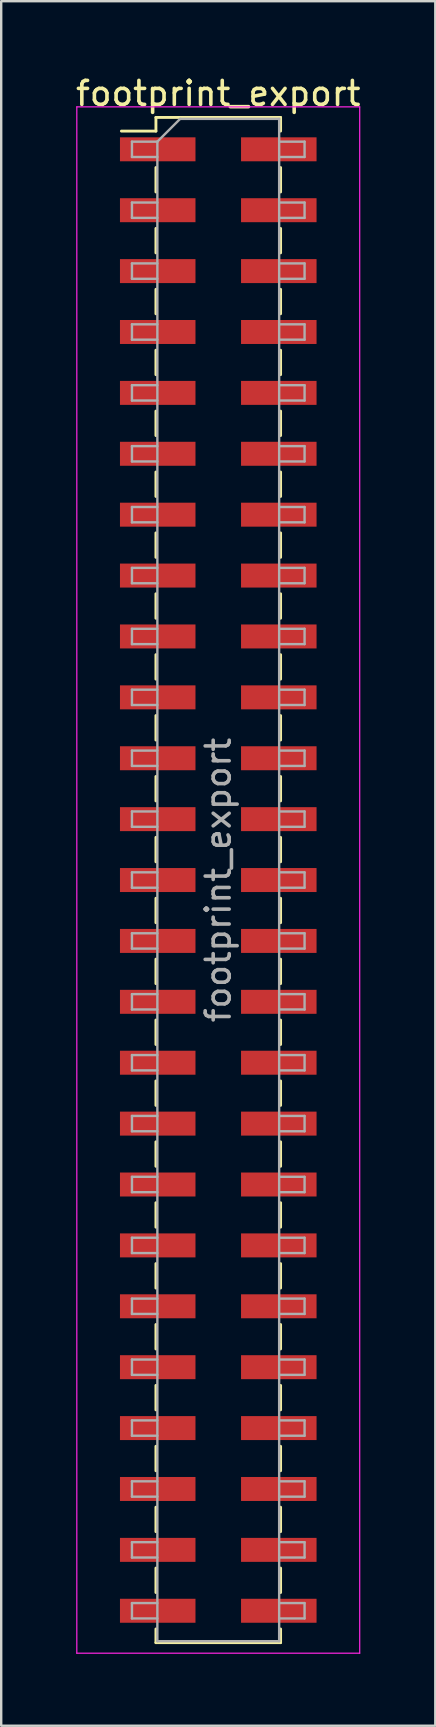
<source format=kicad_pcb>
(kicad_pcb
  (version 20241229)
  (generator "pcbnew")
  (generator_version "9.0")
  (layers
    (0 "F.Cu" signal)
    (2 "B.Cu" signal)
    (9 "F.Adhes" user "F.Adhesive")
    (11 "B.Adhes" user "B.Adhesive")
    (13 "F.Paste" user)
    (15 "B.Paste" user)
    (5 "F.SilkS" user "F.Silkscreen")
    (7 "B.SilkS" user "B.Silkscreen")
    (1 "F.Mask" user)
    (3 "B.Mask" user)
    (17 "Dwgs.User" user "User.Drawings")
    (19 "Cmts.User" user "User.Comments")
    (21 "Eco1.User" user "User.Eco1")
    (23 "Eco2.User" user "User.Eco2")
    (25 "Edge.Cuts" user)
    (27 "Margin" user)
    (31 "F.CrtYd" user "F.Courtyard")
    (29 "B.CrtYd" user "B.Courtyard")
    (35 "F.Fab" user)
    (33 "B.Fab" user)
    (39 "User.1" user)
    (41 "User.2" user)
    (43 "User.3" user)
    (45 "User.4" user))
  (footprint "footprint_export"
    (layer "F.Cu")
    (at 6.054 33.658)
    (property "Reference" "footprint_export" (at 0 -32.81 0) (layer "F.SilkS") (effects (font (size 1 1) (thickness 0.15))))
    (attr smd)
    (fp_line (start -4.04 -31.24) (end -2.6 -31.24) (stroke (width 0.12) (type solid)) (layer "F.SilkS"))
    (fp_line (start -2.6 -31.81) (end -2.6 -31.24) (stroke (width 0.12) (type solid)) (layer "F.SilkS"))
    (fp_line (start -2.6 -31.81) (end 2.6 -31.81) (stroke (width 0.12) (type solid)) (layer "F.SilkS"))
    (fp_line (start -2.6 -29.72) (end -2.6 -28.7) (stroke (width 0.12) (type solid)) (layer "F.SilkS"))
    (fp_line (start -2.6 -27.18) (end -2.6 -26.16) (stroke (width 0.12) (type solid)) (layer "F.SilkS"))
    (fp_line (start -2.6 -24.64) (end -2.6 -23.62) (stroke (width 0.12) (type solid)) (layer "F.SilkS"))
    (fp_line (start -2.6 -22.1) (end -2.6 -21.08) (stroke (width 0.12) (type solid)) (layer "F.SilkS"))
    (fp_line (start -2.6 -19.56) (end -2.6 -18.54) (stroke (width 0.12) (type solid)) (layer "F.SilkS"))
    (fp_line (start -2.6 -17.02) (end -2.6 -16) (stroke (width 0.12) (type solid)) (layer "F.SilkS"))
    (fp_line (start -2.6 -14.48) (end -2.6 -13.46) (stroke (width 0.12) (type solid)) (layer "F.SilkS"))
    (fp_line (start -2.6 -11.94) (end -2.6 -10.92) (stroke (width 0.12) (type solid)) (layer "F.SilkS"))
    (fp_line (start -2.6 -9.4) (end -2.6 -8.38) (stroke (width 0.12) (type solid)) (layer "F.SilkS"))
    (fp_line (start -2.6 -6.86) (end -2.6 -5.84) (stroke (width 0.12) (type solid)) (layer "F.SilkS"))
    (fp_line (start -2.6 -4.32) (end -2.6 -3.3) (stroke (width 0.12) (type solid)) (layer "F.SilkS"))
    (fp_line (start -2.6 -1.78) (end -2.6 -0.76) (stroke (width 0.12) (type solid)) (layer "F.SilkS"))
    (fp_line (start -2.6 0.76) (end -2.6 1.78) (stroke (width 0.12) (type solid)) (layer "F.SilkS"))
    (fp_line (start -2.6 3.3) (end -2.6 4.32) (stroke (width 0.12) (type solid)) (layer "F.SilkS"))
    (fp_line (start -2.6 5.84) (end -2.6 6.86) (stroke (width 0.12) (type solid)) (layer "F.SilkS"))
    (fp_line (start -2.6 8.38) (end -2.6 9.4) (stroke (width 0.12) (type solid)) (layer "F.SilkS"))
    (fp_line (start -2.6 10.92) (end -2.6 11.94) (stroke (width 0.12) (type solid)) (layer "F.SilkS"))
    (fp_line (start -2.6 13.46) (end -2.6 14.48) (stroke (width 0.12) (type solid)) (layer "F.SilkS"))
    (fp_line (start -2.6 16) (end -2.6 17.02) (stroke (width 0.12) (type solid)) (layer "F.SilkS"))
    (fp_line (start -2.6 18.54) (end -2.6 19.56) (stroke (width 0.12) (type solid)) (layer "F.SilkS"))
    (fp_line (start -2.6 21.08) (end -2.6 22.1) (stroke (width 0.12) (type solid)) (layer "F.SilkS"))
    (fp_line (start -2.6 23.62) (end -2.6 24.64) (stroke (width 0.12) (type solid)) (layer "F.SilkS"))
    (fp_line (start -2.6 26.16) (end -2.6 27.18) (stroke (width 0.12) (type solid)) (layer "F.SilkS"))
    (fp_line (start -2.6 28.7) (end -2.6 29.72) (stroke (width 0.12) (type solid)) (layer "F.SilkS"))
    (fp_line (start -2.6 31.24) (end -2.6 31.81) (stroke (width 0.12) (type solid)) (layer "F.SilkS"))
    (fp_line (start -2.6 31.81) (end 2.6 31.81) (stroke (width 0.12) (type solid)) (layer "F.SilkS"))
    (fp_line (start 2.6 -31.81) (end 2.6 -31.24) (stroke (width 0.12) (type solid)) (layer "F.SilkS"))
    (fp_line (start 2.6 -29.72) (end 2.6 -28.7) (stroke (width 0.12) (type solid)) (layer "F.SilkS"))
    (fp_line (start 2.6 -27.18) (end 2.6 -26.16) (stroke (width 0.12) (type solid)) (layer "F.SilkS"))
    (fp_line (start 2.6 -24.64) (end 2.6 -23.62) (stroke (width 0.12) (type solid)) (layer "F.SilkS"))
    (fp_line (start 2.6 -22.1) (end 2.6 -21.08) (stroke (width 0.12) (type solid)) (layer "F.SilkS"))
    (fp_line (start 2.6 -19.56) (end 2.6 -18.54) (stroke (width 0.12) (type solid)) (layer "F.SilkS"))
    (fp_line (start 2.6 -17.02) (end 2.6 -16) (stroke (width 0.12) (type solid)) (layer "F.SilkS"))
    (fp_line (start 2.6 -14.48) (end 2.6 -13.46) (stroke (width 0.12) (type solid)) (layer "F.SilkS"))
    (fp_line (start 2.6 -11.94) (end 2.6 -10.92) (stroke (width 0.12) (type solid)) (layer "F.SilkS"))
    (fp_line (start 2.6 -9.4) (end 2.6 -8.38) (stroke (width 0.12) (type solid)) (layer "F.SilkS"))
    (fp_line (start 2.6 -6.86) (end 2.6 -5.84) (stroke (width 0.12) (type solid)) (layer "F.SilkS"))
    (fp_line (start 2.6 -4.32) (end 2.6 -3.3) (stroke (width 0.12) (type solid)) (layer "F.SilkS"))
    (fp_line (start 2.6 -1.78) (end 2.6 -0.76) (stroke (width 0.12) (type solid)) (layer "F.SilkS"))
    (fp_line (start 2.6 0.76) (end 2.6 1.78) (stroke (width 0.12) (type solid)) (layer "F.SilkS"))
    (fp_line (start 2.6 3.3) (end 2.6 4.32) (stroke (width 0.12) (type solid)) (layer "F.SilkS"))
    (fp_line (start 2.6 5.84) (end 2.6 6.86) (stroke (width 0.12) (type solid)) (layer "F.SilkS"))
    (fp_line (start 2.6 8.38) (end 2.6 9.4) (stroke (width 0.12) (type solid)) (layer "F.SilkS"))
    (fp_line (start 2.6 10.92) (end 2.6 11.94) (stroke (width 0.12) (type solid)) (layer "F.SilkS"))
    (fp_line (start 2.6 13.46) (end 2.6 14.48) (stroke (width 0.12) (type solid)) (layer "F.SilkS"))
    (fp_line (start 2.6 16) (end 2.6 17.02) (stroke (width 0.12) (type solid)) (layer "F.SilkS"))
    (fp_line (start 2.6 18.54) (end 2.6 19.56) (stroke (width 0.12) (type solid)) (layer "F.SilkS"))
    (fp_line (start 2.6 21.08) (end 2.6 22.1) (stroke (width 0.12) (type solid)) (layer "F.SilkS"))
    (fp_line (start 2.6 23.62) (end 2.6 24.64) (stroke (width 0.12) (type solid)) (layer "F.SilkS"))
    (fp_line (start 2.6 26.16) (end 2.6 27.18) (stroke (width 0.12) (type solid)) (layer "F.SilkS"))
    (fp_line (start 2.6 28.7) (end 2.6 29.72) (stroke (width 0.12) (type solid)) (layer "F.SilkS"))
    (fp_line (start 2.6 31.24) (end 2.6 31.81) (stroke (width 0.12) (type solid)) (layer "F.SilkS"))
    (fp_line (start -5.9 -32.25) (end -5.9 32.25) (stroke (width 0.05) (type solid)) (layer "F.CrtYd"))
    (fp_line (start -5.9 32.25) (end 5.9 32.25) (stroke (width 0.05) (type solid)) (layer "F.CrtYd"))
    (fp_line (start 5.9 -32.25) (end -5.9 -32.25) (stroke (width 0.05) (type solid)) (layer "F.CrtYd"))
    (fp_line (start 5.9 32.25) (end 5.9 -32.25) (stroke (width 0.05) (type solid)) (layer "F.CrtYd"))
    (fp_line (start -3.6 -30.8) (end -3.6 -30.16) (stroke (width 0.1) (type solid)) (layer "F.Fab"))
    (fp_line (start -3.6 -30.16) (end -2.54 -30.16) (stroke (width 0.1) (type solid)) (layer "F.Fab"))
    (fp_line (start -3.6 -28.26) (end -3.6 -27.62) (stroke (width 0.1) (type solid)) (layer "F.Fab"))
    (fp_line (start -3.6 -27.62) (end -2.54 -27.62) (stroke (width 0.1) (type solid)) (layer "F.Fab"))
    (fp_line (start -3.6 -25.72) (end -3.6 -25.08) (stroke (width 0.1) (type solid)) (layer "F.Fab"))
    (fp_line (start -3.6 -25.08) (end -2.54 -25.08) (stroke (width 0.1) (type solid)) (layer "F.Fab"))
    (fp_line (start -3.6 -23.18) (end -3.6 -22.54) (stroke (width 0.1) (type solid)) (layer "F.Fab"))
    (fp_line (start -3.6 -22.54) (end -2.54 -22.54) (stroke (width 0.1) (type solid)) (layer "F.Fab"))
    (fp_line (start -3.6 -20.64) (end -3.6 -20) (stroke (width 0.1) (type solid)) (layer "F.Fab"))
    (fp_line (start -3.6 -20) (end -2.54 -20) (stroke (width 0.1) (type solid)) (layer "F.Fab"))
    (fp_line (start -3.6 -18.1) (end -3.6 -17.46) (stroke (width 0.1) (type solid)) (layer "F.Fab"))
    (fp_line (start -3.6 -17.46) (end -2.54 -17.46) (stroke (width 0.1) (type solid)) (layer "F.Fab"))
    (fp_line (start -3.6 -15.56) (end -3.6 -14.92) (stroke (width 0.1) (type solid)) (layer "F.Fab"))
    (fp_line (start -3.6 -14.92) (end -2.54 -14.92) (stroke (width 0.1) (type solid)) (layer "F.Fab"))
    (fp_line (start -3.6 -13.02) (end -3.6 -12.38) (stroke (width 0.1) (type solid)) (layer "F.Fab"))
    (fp_line (start -3.6 -12.38) (end -2.54 -12.38) (stroke (width 0.1) (type solid)) (layer "F.Fab"))
    (fp_line (start -3.6 -10.48) (end -3.6 -9.84) (stroke (width 0.1) (type solid)) (layer "F.Fab"))
    (fp_line (start -3.6 -9.84) (end -2.54 -9.84) (stroke (width 0.1) (type solid)) (layer "F.Fab"))
    (fp_line (start -3.6 -7.94) (end -3.6 -7.3) (stroke (width 0.1) (type solid)) (layer "F.Fab"))
    (fp_line (start -3.6 -7.3) (end -2.54 -7.3) (stroke (width 0.1) (type solid)) (layer "F.Fab"))
    (fp_line (start -3.6 -5.4) (end -3.6 -4.76) (stroke (width 0.1) (type solid)) (layer "F.Fab"))
    (fp_line (start -3.6 -4.76) (end -2.54 -4.76) (stroke (width 0.1) (type solid)) (layer "F.Fab"))
    (fp_line (start -3.6 -2.86) (end -3.6 -2.22) (stroke (width 0.1) (type solid)) (layer "F.Fab"))
    (fp_line (start -3.6 -2.22) (end -2.54 -2.22) (stroke (width 0.1) (type solid)) (layer "F.Fab"))
    (fp_line (start -3.6 -0.32) (end -3.6 0.32) (stroke (width 0.1) (type solid)) (layer "F.Fab"))
    (fp_line (start -3.6 0.32) (end -2.54 0.32) (stroke (width 0.1) (type solid)) (layer "F.Fab"))
    (fp_line (start -3.6 2.22) (end -3.6 2.86) (stroke (width 0.1) (type solid)) (layer "F.Fab"))
    (fp_line (start -3.6 2.86) (end -2.54 2.86) (stroke (width 0.1) (type solid)) (layer "F.Fab"))
    (fp_line (start -3.6 4.76) (end -3.6 5.4) (stroke (width 0.1) (type solid)) (layer "F.Fab"))
    (fp_line (start -3.6 5.4) (end -2.54 5.4) (stroke (width 0.1) (type solid)) (layer "F.Fab"))
    (fp_line (start -3.6 7.3) (end -3.6 7.94) (stroke (width 0.1) (type solid)) (layer "F.Fab"))
    (fp_line (start -3.6 7.94) (end -2.54 7.94) (stroke (width 0.1) (type solid)) (layer "F.Fab"))
    (fp_line (start -3.6 9.84) (end -3.6 10.48) (stroke (width 0.1) (type solid)) (layer "F.Fab"))
    (fp_line (start -3.6 10.48) (end -2.54 10.48) (stroke (width 0.1) (type solid)) (layer "F.Fab"))
    (fp_line (start -3.6 12.38) (end -3.6 13.02) (stroke (width 0.1) (type solid)) (layer "F.Fab"))
    (fp_line (start -3.6 13.02) (end -2.54 13.02) (stroke (width 0.1) (type solid)) (layer "F.Fab"))
    (fp_line (start -3.6 14.92) (end -3.6 15.56) (stroke (width 0.1) (type solid)) (layer "F.Fab"))
    (fp_line (start -3.6 15.56) (end -2.54 15.56) (stroke (width 0.1) (type solid)) (layer "F.Fab"))
    (fp_line (start -3.6 17.46) (end -3.6 18.1) (stroke (width 0.1) (type solid)) (layer "F.Fab"))
    (fp_line (start -3.6 18.1) (end -2.54 18.1) (stroke (width 0.1) (type solid)) (layer "F.Fab"))
    (fp_line (start -3.6 20) (end -3.6 20.64) (stroke (width 0.1) (type solid)) (layer "F.Fab"))
    (fp_line (start -3.6 20.64) (end -2.54 20.64) (stroke (width 0.1) (type solid)) (layer "F.Fab"))
    (fp_line (start -3.6 22.54) (end -3.6 23.18) (stroke (width 0.1) (type solid)) (layer "F.Fab"))
    (fp_line (start -3.6 23.18) (end -2.54 23.18) (stroke (width 0.1) (type solid)) (layer "F.Fab"))
    (fp_line (start -3.6 25.08) (end -3.6 25.72) (stroke (width 0.1) (type solid)) (layer "F.Fab"))
    (fp_line (start -3.6 25.72) (end -2.54 25.72) (stroke (width 0.1) (type solid)) (layer "F.Fab"))
    (fp_line (start -3.6 27.62) (end -3.6 28.26) (stroke (width 0.1) (type solid)) (layer "F.Fab"))
    (fp_line (start -3.6 28.26) (end -2.54 28.26) (stroke (width 0.1) (type solid)) (layer "F.Fab"))
    (fp_line (start -3.6 30.16) (end -3.6 30.8) (stroke (width 0.1) (type solid)) (layer "F.Fab"))
    (fp_line (start -3.6 30.8) (end -2.54 30.8) (stroke (width 0.1) (type solid)) (layer "F.Fab"))
    (fp_line (start -2.54 -30.8) (end -3.6 -30.8) (stroke (width 0.1) (type solid)) (layer "F.Fab"))
    (fp_line (start -2.54 -30.8) (end -1.59 -31.75) (stroke (width 0.1) (type solid)) (layer "F.Fab"))
    (fp_line (start -2.54 -28.26) (end -3.6 -28.26) (stroke (width 0.1) (type solid)) (layer "F.Fab"))
    (fp_line (start -2.54 -25.72) (end -3.6 -25.72) (stroke (width 0.1) (type solid)) (layer "F.Fab"))
    (fp_line (start -2.54 -23.18) (end -3.6 -23.18) (stroke (width 0.1) (type solid)) (layer "F.Fab"))
    (fp_line (start -2.54 -20.64) (end -3.6 -20.64) (stroke (width 0.1) (type solid)) (layer "F.Fab"))
    (fp_line (start -2.54 -18.1) (end -3.6 -18.1) (stroke (width 0.1) (type solid)) (layer "F.Fab"))
    (fp_line (start -2.54 -15.56) (end -3.6 -15.56) (stroke (width 0.1) (type solid)) (layer "F.Fab"))
    (fp_line (start -2.54 -13.02) (end -3.6 -13.02) (stroke (width 0.1) (type solid)) (layer "F.Fab"))
    (fp_line (start -2.54 -10.48) (end -3.6 -10.48) (stroke (width 0.1) (type solid)) (layer "F.Fab"))
    (fp_line (start -2.54 -7.94) (end -3.6 -7.94) (stroke (width 0.1) (type solid)) (layer "F.Fab"))
    (fp_line (start -2.54 -5.4) (end -3.6 -5.4) (stroke (width 0.1) (type solid)) (layer "F.Fab"))
    (fp_line (start -2.54 -2.86) (end -3.6 -2.86) (stroke (width 0.1) (type solid)) (layer "F.Fab"))
    (fp_line (start -2.54 -0.32) (end -3.6 -0.32) (stroke (width 0.1) (type solid)) (layer "F.Fab"))
    (fp_line (start -2.54 2.22) (end -3.6 2.22) (stroke (width 0.1) (type solid)) (layer "F.Fab"))
    (fp_line (start -2.54 4.76) (end -3.6 4.76) (stroke (width 0.1) (type solid)) (layer "F.Fab"))
    (fp_line (start -2.54 7.3) (end -3.6 7.3) (stroke (width 0.1) (type solid)) (layer "F.Fab"))
    (fp_line (start -2.54 9.84) (end -3.6 9.84) (stroke (width 0.1) (type solid)) (layer "F.Fab"))
    (fp_line (start -2.54 12.38) (end -3.6 12.38) (stroke (width 0.1) (type solid)) (layer "F.Fab"))
    (fp_line (start -2.54 14.92) (end -3.6 14.92) (stroke (width 0.1) (type solid)) (layer "F.Fab"))
    (fp_line (start -2.54 17.46) (end -3.6 17.46) (stroke (width 0.1) (type solid)) (layer "F.Fab"))
    (fp_line (start -2.54 20) (end -3.6 20) (stroke (width 0.1) (type solid)) (layer "F.Fab"))
    (fp_line (start -2.54 22.54) (end -3.6 22.54) (stroke (width 0.1) (type solid)) (layer "F.Fab"))
    (fp_line (start -2.54 25.08) (end -3.6 25.08) (stroke (width 0.1) (type solid)) (layer "F.Fab"))
    (fp_line (start -2.54 27.62) (end -3.6 27.62) (stroke (width 0.1) (type solid)) (layer "F.Fab"))
    (fp_line (start -2.54 30.16) (end -3.6 30.16) (stroke (width 0.1) (type solid)) (layer "F.Fab"))
    (fp_line (start -2.54 31.75) (end -2.54 -30.8) (stroke (width 0.1) (type solid)) (layer "F.Fab"))
    (fp_line (start -1.59 -31.75) (end 2.54 -31.75) (stroke (width 0.1) (type solid)) (layer "F.Fab"))
    (fp_line (start 2.54 -31.75) (end 2.54 31.75) (stroke (width 0.1) (type solid)) (layer "F.Fab"))
    (fp_line (start 2.54 -30.8) (end 3.6 -30.8) (stroke (width 0.1) (type solid)) (layer "F.Fab"))
    (fp_line (start 2.54 -28.26) (end 3.6 -28.26) (stroke (width 0.1) (type solid)) (layer "F.Fab"))
    (fp_line (start 2.54 -25.72) (end 3.6 -25.72) (stroke (width 0.1) (type solid)) (layer "F.Fab"))
    (fp_line (start 2.54 -23.18) (end 3.6 -23.18) (stroke (width 0.1) (type solid)) (layer "F.Fab"))
    (fp_line (start 2.54 -20.64) (end 3.6 -20.64) (stroke (width 0.1) (type solid)) (layer "F.Fab"))
    (fp_line (start 2.54 -18.1) (end 3.6 -18.1) (stroke (width 0.1) (type solid)) (layer "F.Fab"))
    (fp_line (start 2.54 -15.56) (end 3.6 -15.56) (stroke (width 0.1) (type solid)) (layer "F.Fab"))
    (fp_line (start 2.54 -13.02) (end 3.6 -13.02) (stroke (width 0.1) (type solid)) (layer "F.Fab"))
    (fp_line (start 2.54 -10.48) (end 3.6 -10.48) (stroke (width 0.1) (type solid)) (layer "F.Fab"))
    (fp_line (start 2.54 -7.94) (end 3.6 -7.94) (stroke (width 0.1) (type solid)) (layer "F.Fab"))
    (fp_line (start 2.54 -5.4) (end 3.6 -5.4) (stroke (width 0.1) (type solid)) (layer "F.Fab"))
    (fp_line (start 2.54 -2.86) (end 3.6 -2.86) (stroke (width 0.1) (type solid)) (layer "F.Fab"))
    (fp_line (start 2.54 -0.32) (end 3.6 -0.32) (stroke (width 0.1) (type solid)) (layer "F.Fab"))
    (fp_line (start 2.54 2.22) (end 3.6 2.22) (stroke (width 0.1) (type solid)) (layer "F.Fab"))
    (fp_line (start 2.54 4.76) (end 3.6 4.76) (stroke (width 0.1) (type solid)) (layer "F.Fab"))
    (fp_line (start 2.54 7.3) (end 3.6 7.3) (stroke (width 0.1) (type solid)) (layer "F.Fab"))
    (fp_line (start 2.54 9.84) (end 3.6 9.84) (stroke (width 0.1) (type solid)) (layer "F.Fab"))
    (fp_line (start 2.54 12.38) (end 3.6 12.38) (stroke (width 0.1) (type solid)) (layer "F.Fab"))
    (fp_line (start 2.54 14.92) (end 3.6 14.92) (stroke (width 0.1) (type solid)) (layer "F.Fab"))
    (fp_line (start 2.54 17.46) (end 3.6 17.46) (stroke (width 0.1) (type solid)) (layer "F.Fab"))
    (fp_line (start 2.54 20) (end 3.6 20) (stroke (width 0.1) (type solid)) (layer "F.Fab"))
    (fp_line (start 2.54 22.54) (end 3.6 22.54) (stroke (width 0.1) (type solid)) (layer "F.Fab"))
    (fp_line (start 2.54 25.08) (end 3.6 25.08) (stroke (width 0.1) (type solid)) (layer "F.Fab"))
    (fp_line (start 2.54 27.62) (end 3.6 27.62) (stroke (width 0.1) (type solid)) (layer "F.Fab"))
    (fp_line (start 2.54 30.16) (end 3.6 30.16) (stroke (width 0.1) (type solid)) (layer "F.Fab"))
    (fp_line (start 2.54 31.75) (end -2.54 31.75) (stroke (width 0.1) (type solid)) (layer "F.Fab"))
    (fp_line (start 3.6 -30.8) (end 3.6 -30.16) (stroke (width 0.1) (type solid)) (layer "F.Fab"))
    (fp_line (start 3.6 -30.16) (end 2.54 -30.16) (stroke (width 0.1) (type solid)) (layer "F.Fab"))
    (fp_line (start 3.6 -28.26) (end 3.6 -27.62) (stroke (width 0.1) (type solid)) (layer "F.Fab"))
    (fp_line (start 3.6 -27.62) (end 2.54 -27.62) (stroke (width 0.1) (type solid)) (layer "F.Fab"))
    (fp_line (start 3.6 -25.72) (end 3.6 -25.08) (stroke (width 0.1) (type solid)) (layer "F.Fab"))
    (fp_line (start 3.6 -25.08) (end 2.54 -25.08) (stroke (width 0.1) (type solid)) (layer "F.Fab"))
    (fp_line (start 3.6 -23.18) (end 3.6 -22.54) (stroke (width 0.1) (type solid)) (layer "F.Fab"))
    (fp_line (start 3.6 -22.54) (end 2.54 -22.54) (stroke (width 0.1) (type solid)) (layer "F.Fab"))
    (fp_line (start 3.6 -20.64) (end 3.6 -20) (stroke (width 0.1) (type solid)) (layer "F.Fab"))
    (fp_line (start 3.6 -20) (end 2.54 -20) (stroke (width 0.1) (type solid)) (layer "F.Fab"))
    (fp_line (start 3.6 -18.1) (end 3.6 -17.46) (stroke (width 0.1) (type solid)) (layer "F.Fab"))
    (fp_line (start 3.6 -17.46) (end 2.54 -17.46) (stroke (width 0.1) (type solid)) (layer "F.Fab"))
    (fp_line (start 3.6 -15.56) (end 3.6 -14.92) (stroke (width 0.1) (type solid)) (layer "F.Fab"))
    (fp_line (start 3.6 -14.92) (end 2.54 -14.92) (stroke (width 0.1) (type solid)) (layer "F.Fab"))
    (fp_line (start 3.6 -13.02) (end 3.6 -12.38) (stroke (width 0.1) (type solid)) (layer "F.Fab"))
    (fp_line (start 3.6 -12.38) (end 2.54 -12.38) (stroke (width 0.1) (type solid)) (layer "F.Fab"))
    (fp_line (start 3.6 -10.48) (end 3.6 -9.84) (stroke (width 0.1) (type solid)) (layer "F.Fab"))
    (fp_line (start 3.6 -9.84) (end 2.54 -9.84) (stroke (width 0.1) (type solid)) (layer "F.Fab"))
    (fp_line (start 3.6 -7.94) (end 3.6 -7.3) (stroke (width 0.1) (type solid)) (layer "F.Fab"))
    (fp_line (start 3.6 -7.3) (end 2.54 -7.3) (stroke (width 0.1) (type solid)) (layer "F.Fab"))
    (fp_line (start 3.6 -5.4) (end 3.6 -4.76) (stroke (width 0.1) (type solid)) (layer "F.Fab"))
    (fp_line (start 3.6 -4.76) (end 2.54 -4.76) (stroke (width 0.1) (type solid)) (layer "F.Fab"))
    (fp_line (start 3.6 -2.86) (end 3.6 -2.22) (stroke (width 0.1) (type solid)) (layer "F.Fab"))
    (fp_line (start 3.6 -2.22) (end 2.54 -2.22) (stroke (width 0.1) (type solid)) (layer "F.Fab"))
    (fp_line (start 3.6 -0.32) (end 3.6 0.32) (stroke (width 0.1) (type solid)) (layer "F.Fab"))
    (fp_line (start 3.6 0.32) (end 2.54 0.32) (stroke (width 0.1) (type solid)) (layer "F.Fab"))
    (fp_line (start 3.6 2.22) (end 3.6 2.86) (stroke (width 0.1) (type solid)) (layer "F.Fab"))
    (fp_line (start 3.6 2.86) (end 2.54 2.86) (stroke (width 0.1) (type solid)) (layer "F.Fab"))
    (fp_line (start 3.6 4.76) (end 3.6 5.4) (stroke (width 0.1) (type solid)) (layer "F.Fab"))
    (fp_line (start 3.6 5.4) (end 2.54 5.4) (stroke (width 0.1) (type solid)) (layer "F.Fab"))
    (fp_line (start 3.6 7.3) (end 3.6 7.94) (stroke (width 0.1) (type solid)) (layer "F.Fab"))
    (fp_line (start 3.6 7.94) (end 2.54 7.94) (stroke (width 0.1) (type solid)) (layer "F.Fab"))
    (fp_line (start 3.6 9.84) (end 3.6 10.48) (stroke (width 0.1) (type solid)) (layer "F.Fab"))
    (fp_line (start 3.6 10.48) (end 2.54 10.48) (stroke (width 0.1) (type solid)) (layer "F.Fab"))
    (fp_line (start 3.6 12.38) (end 3.6 13.02) (stroke (width 0.1) (type solid)) (layer "F.Fab"))
    (fp_line (start 3.6 13.02) (end 2.54 13.02) (stroke (width 0.1) (type solid)) (layer "F.Fab"))
    (fp_line (start 3.6 14.92) (end 3.6 15.56) (stroke (width 0.1) (type solid)) (layer "F.Fab"))
    (fp_line (start 3.6 15.56) (end 2.54 15.56) (stroke (width 0.1) (type solid)) (layer "F.Fab"))
    (fp_line (start 3.6 17.46) (end 3.6 18.1) (stroke (width 0.1) (type solid)) (layer "F.Fab"))
    (fp_line (start 3.6 18.1) (end 2.54 18.1) (stroke (width 0.1) (type solid)) (layer "F.Fab"))
    (fp_line (start 3.6 20) (end 3.6 20.64) (stroke (width 0.1) (type solid)) (layer "F.Fab"))
    (fp_line (start 3.6 20.64) (end 2.54 20.64) (stroke (width 0.1) (type solid)) (layer "F.Fab"))
    (fp_line (start 3.6 22.54) (end 3.6 23.18) (stroke (width 0.1) (type solid)) (layer "F.Fab"))
    (fp_line (start 3.6 23.18) (end 2.54 23.18) (stroke (width 0.1) (type solid)) (layer "F.Fab"))
    (fp_line (start 3.6 25.08) (end 3.6 25.72) (stroke (width 0.1) (type solid)) (layer "F.Fab"))
    (fp_line (start 3.6 25.72) (end 2.54 25.72) (stroke (width 0.1) (type solid)) (layer "F.Fab"))
    (fp_line (start 3.6 27.62) (end 3.6 28.26) (stroke (width 0.1) (type solid)) (layer "F.Fab"))
    (fp_line (start 3.6 28.26) (end 2.54 28.26) (stroke (width 0.1) (type solid)) (layer "F.Fab"))
    (fp_line (start 3.6 30.16) (end 3.6 30.8) (stroke (width 0.1) (type solid)) (layer "F.Fab"))
    (fp_line (start 3.6 30.8) (end 2.54 30.8) (stroke (width 0.1) (type solid)) (layer "F.Fab"))
    (fp_text user "${REFERENCE}" (at 0 0 90) (layer "F.Fab") (effects (font (size 1 1) (thickness 0.15))))
    (pad "1" smd rect (at -2.525 -30.48) (size 3.15 1) (layers "F.Cu" "F.Mask" "F.Paste"))
    (pad "2" smd rect (at 2.525 -30.48) (size 3.15 1) (layers "F.Cu" "F.Mask" "F.Paste"))
    (pad "3" smd rect (at -2.525 -27.94) (size 3.15 1) (layers "F.Cu" "F.Mask" "F.Paste"))
    (pad "4" smd rect (at 2.525 -27.94) (size 3.15 1) (layers "F.Cu" "F.Mask" "F.Paste"))
    (pad "5" smd rect (at -2.525 -25.4) (size 3.15 1) (layers "F.Cu" "F.Mask" "F.Paste"))
    (pad "6" smd rect (at 2.525 -25.4) (size 3.15 1) (layers "F.Cu" "F.Mask" "F.Paste"))
    (pad "7" smd rect (at -2.525 -22.86) (size 3.15 1) (layers "F.Cu" "F.Mask" "F.Paste"))
    (pad "8" smd rect (at 2.525 -22.86) (size 3.15 1) (layers "F.Cu" "F.Mask" "F.Paste"))
    (pad "9" smd rect (at -2.525 -20.32) (size 3.15 1) (layers "F.Cu" "F.Mask" "F.Paste"))
    (pad "10" smd rect (at 2.525 -20.32) (size 3.15 1) (layers "F.Cu" "F.Mask" "F.Paste"))
    (pad "11" smd rect (at -2.525 -17.78) (size 3.15 1) (layers "F.Cu" "F.Mask" "F.Paste"))
    (pad "12" smd rect (at 2.525 -17.78) (size 3.15 1) (layers "F.Cu" "F.Mask" "F.Paste"))
    (pad "13" smd rect (at -2.525 -15.24) (size 3.15 1) (layers "F.Cu" "F.Mask" "F.Paste"))
    (pad "14" smd rect (at 2.525 -15.24) (size 3.15 1) (layers "F.Cu" "F.Mask" "F.Paste"))
    (pad "15" smd rect (at -2.525 -12.7) (size 3.15 1) (layers "F.Cu" "F.Mask" "F.Paste"))
    (pad "16" smd rect (at 2.525 -12.7) (size 3.15 1) (layers "F.Cu" "F.Mask" "F.Paste"))
    (pad "17" smd rect (at -2.525 -10.16) (size 3.15 1) (layers "F.Cu" "F.Mask" "F.Paste"))
    (pad "18" smd rect (at 2.525 -10.16) (size 3.15 1) (layers "F.Cu" "F.Mask" "F.Paste"))
    (pad "19" smd rect (at -2.525 -7.62) (size 3.15 1) (layers "F.Cu" "F.Mask" "F.Paste"))
    (pad "20" smd rect (at 2.525 -7.62) (size 3.15 1) (layers "F.Cu" "F.Mask" "F.Paste"))
    (pad "21" smd rect (at -2.525 -5.08) (size 3.15 1) (layers "F.Cu" "F.Mask" "F.Paste"))
    (pad "22" smd rect (at 2.525 -5.08) (size 3.15 1) (layers "F.Cu" "F.Mask" "F.Paste"))
    (pad "23" smd rect (at -2.525 -2.54) (size 3.15 1) (layers "F.Cu" "F.Mask" "F.Paste"))
    (pad "24" smd rect (at 2.525 -2.54) (size 3.15 1) (layers "F.Cu" "F.Mask" "F.Paste"))
    (pad "25" smd rect (at -2.525 0) (size 3.15 1) (layers "F.Cu" "F.Mask" "F.Paste"))
    (pad "26" smd rect (at 2.525 0) (size 3.15 1) (layers "F.Cu" "F.Mask" "F.Paste"))
    (pad "27" smd rect (at -2.525 2.54) (size 3.15 1) (layers "F.Cu" "F.Mask" "F.Paste"))
    (pad "28" smd rect (at 2.525 2.54) (size 3.15 1) (layers "F.Cu" "F.Mask" "F.Paste"))
    (pad "29" smd rect (at -2.525 5.08) (size 3.15 1) (layers "F.Cu" "F.Mask" "F.Paste"))
    (pad "30" smd rect (at 2.525 5.08) (size 3.15 1) (layers "F.Cu" "F.Mask" "F.Paste"))
    (pad "31" smd rect (at -2.525 7.62) (size 3.15 1) (layers "F.Cu" "F.Mask" "F.Paste"))
    (pad "32" smd rect (at 2.525 7.62) (size 3.15 1) (layers "F.Cu" "F.Mask" "F.Paste"))
    (pad "33" smd rect (at -2.525 10.16) (size 3.15 1) (layers "F.Cu" "F.Mask" "F.Paste"))
    (pad "34" smd rect (at 2.525 10.16) (size 3.15 1) (layers "F.Cu" "F.Mask" "F.Paste"))
    (pad "35" smd rect (at -2.525 12.7) (size 3.15 1) (layers "F.Cu" "F.Mask" "F.Paste"))
    (pad "36" smd rect (at 2.525 12.7) (size 3.15 1) (layers "F.Cu" "F.Mask" "F.Paste"))
    (pad "37" smd rect (at -2.525 15.24) (size 3.15 1) (layers "F.Cu" "F.Mask" "F.Paste"))
    (pad "38" smd rect (at 2.525 15.24) (size 3.15 1) (layers "F.Cu" "F.Mask" "F.Paste"))
    (pad "39" smd rect (at -2.525 17.78) (size 3.15 1) (layers "F.Cu" "F.Mask" "F.Paste"))
    (pad "40" smd rect (at 2.525 17.78) (size 3.15 1) (layers "F.Cu" "F.Mask" "F.Paste"))
    (pad "41" smd rect (at -2.525 20.32) (size 3.15 1) (layers "F.Cu" "F.Mask" "F.Paste"))
    (pad "42" smd rect (at 2.525 20.32) (size 3.15 1) (layers "F.Cu" "F.Mask" "F.Paste"))
    (pad "43" smd rect (at -2.525 22.86) (size 3.15 1) (layers "F.Cu" "F.Mask" "F.Paste"))
    (pad "44" smd rect (at 2.525 22.86) (size 3.15 1) (layers "F.Cu" "F.Mask" "F.Paste"))
    (pad "45" smd rect (at -2.525 25.4) (size 3.15 1) (layers "F.Cu" "F.Mask" "F.Paste"))
    (pad "46" smd rect (at 2.525 25.4) (size 3.15 1) (layers "F.Cu" "F.Mask" "F.Paste"))
    (pad "47" smd rect (at -2.525 27.94) (size 3.15 1) (layers "F.Cu" "F.Mask" "F.Paste"))
    (pad "48" smd rect (at 2.525 27.94) (size 3.15 1) (layers "F.Cu" "F.Mask" "F.Paste"))
    (pad "49" smd rect (at -2.525 30.48) (size 3.15 1) (layers "F.Cu" "F.Mask" "F.Paste"))
    (pad "50" smd rect (at 2.525 30.48) (size 3.15 1) (layers "F.Cu" "F.Mask" "F.Paste")))
  (gr_rect
    (start -3 -3)
    (end 15.107 68.933)
    (stroke (width 0.1) (type default))
    (fill no)
    (layer "Edge.Cuts")))
</source>
